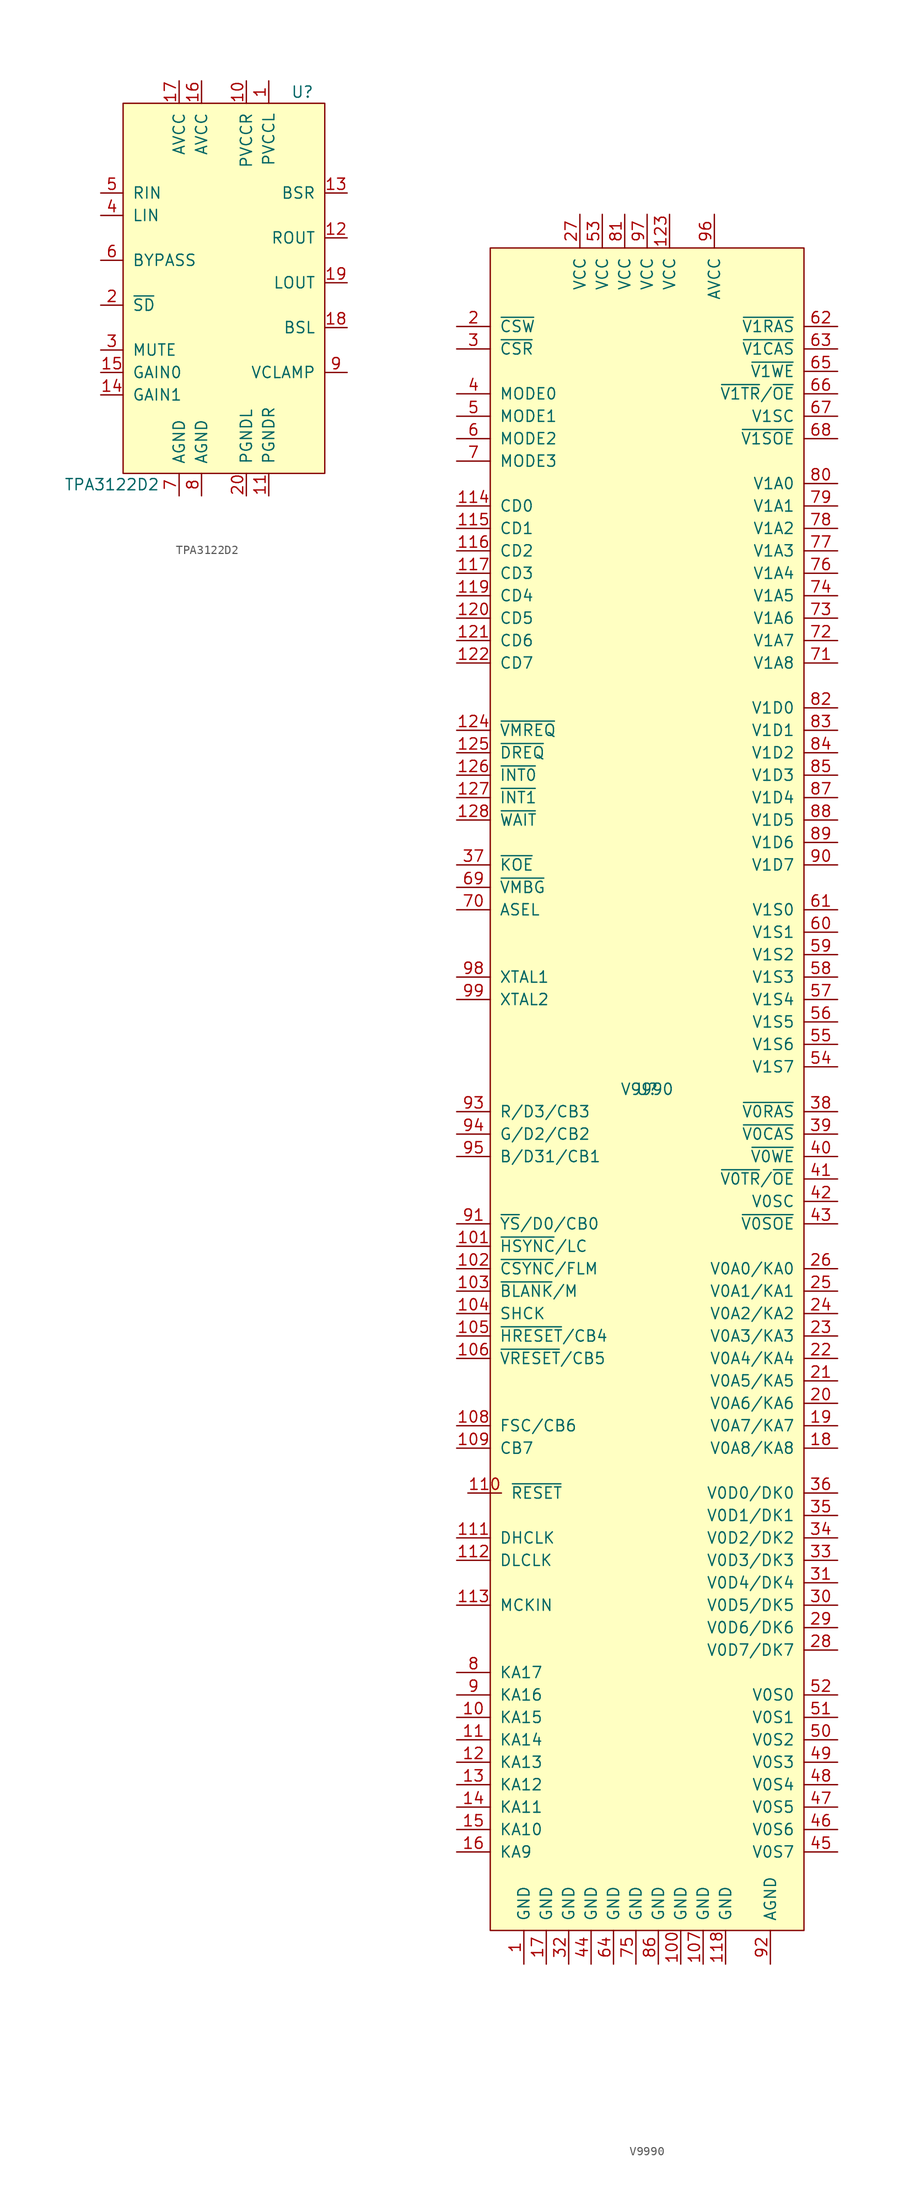
<source format=kicad_sym>
(kicad_symbol_lib
  (version 20220914)
  (generator kicad_symbol_editor)
  (symbol "TPA3122D2"
    (pin_names
      (offset 1.016))
    (property "Reference" "U"
      (at 8.89 22.86 0)
      (effects (font (size 1.27 1.27))))
    (property "Value" "TPA3122D2"
      (at -12.7 -21.59 0)
      (effects (font (size 1.27 1.27))))
    (symbol "TPA3122D2_0_1"
      (rectangle (start -11.43 21.59) (end 11.43 -20.32) (stroke (width 0) (type default)) (fill (type background))))
    (symbol "TPA3122D2_1_1"
      (pin power_in line (at 5.08 24.13 270) (length 2.54) (name "PVCCL" (effects (font (size 1.27 1.27)))) (number "1" (effects (font (size 1.27 1.27)))))
      (pin power_in line (at 2.54 24.13 270) (length 2.54) (name "PVCCR" (effects (font (size 1.27 1.27)))) (number "10" (effects (font (size 1.27 1.27)))))
      (pin power_in line (at 5.08 -22.86 90) (length 2.54) (name "PGNDR" (effects (font (size 1.27 1.27)))) (number "11" (effects (font (size 1.27 1.27)))))
      (pin output line (at 13.97 6.35 180) (length 2.54) (name "ROUT" (effects (font (size 1.27 1.27)))) (number "12" (effects (font (size 1.27 1.27)))))
      (pin passive line (at 13.97 11.43 180) (length 2.54) (name "BSR" (effects (font (size 1.27 1.27)))) (number "13" (effects (font (size 1.27 1.27)))))
      (pin input line (at -13.97 -11.43 0) (length 2.54) (name "GAIN1" (effects (font (size 1.27 1.27)))) (number "14" (effects (font (size 1.27 1.27)))))
      (pin input line (at -13.97 -8.89 0) (length 2.54) (name "GAIN0" (effects (font (size 1.27 1.27)))) (number "15" (effects (font (size 1.27 1.27)))))
      (pin power_in line (at -2.54 24.13 270) (length 2.54) (name "AVCC" (effects (font (size 1.27 1.27)))) (number "16" (effects (font (size 1.27 1.27)))))
      (pin power_in line (at -5.08 24.13 270) (length 2.54) (name "AVCC" (effects (font (size 1.27 1.27)))) (number "17" (effects (font (size 1.27 1.27)))))
      (pin passive line (at 13.97 -3.81 180) (length 2.54) (name "BSL" (effects (font (size 1.27 1.27)))) (number "18" (effects (font (size 1.27 1.27)))))
      (pin output line (at 13.97 1.27 180) (length 2.54) (name "LOUT" (effects (font (size 1.27 1.27)))) (number "19" (effects (font (size 1.27 1.27)))))
      (pin input line (at -13.97 -1.27 0) (length 2.54) (name "~{SD}" (effects (font (size 1.27 1.27)))) (number "2" (effects (font (size 1.27 1.27)))))
      (pin power_in line (at 2.54 -22.86 90) (length 2.54) (name "PGNDL" (effects (font (size 1.27 1.27)))) (number "20" (effects (font (size 1.27 1.27)))))
      (pin input line (at -13.97 -6.35 0) (length 2.54) (name "MUTE" (effects (font (size 1.27 1.27)))) (number "3" (effects (font (size 1.27 1.27)))))
      (pin input line (at -13.97 8.89 0) (length 2.54) (name "LIN" (effects (font (size 1.27 1.27)))) (number "4" (effects (font (size 1.27 1.27)))))
      (pin input line (at -13.97 11.43 0) (length 2.54) (name "RIN" (effects (font (size 1.27 1.27)))) (number "5" (effects (font (size 1.27 1.27)))))
      (pin passive line (at -13.97 3.81 0) (length 2.54) (name "BYPASS" (effects (font (size 1.27 1.27)))) (number "6" (effects (font (size 1.27 1.27)))))
      (pin power_in line (at -5.08 -22.86 90) (length 2.54) (name "AGND" (effects (font (size 1.27 1.27)))) (number "7" (effects (font (size 1.27 1.27)))))
      (pin power_in line (at -2.54 -22.86 90) (length 2.54) (name "AGND" (effects (font (size 1.27 1.27)))) (number "8" (effects (font (size 1.27 1.27)))))
      (pin input line (at 13.97 -8.89 180) (length 2.54) (name "VCLAMP" (effects (font (size 1.27 1.27)))) (number "9" (effects (font (size 1.27 1.27)))))))
  (symbol "V9990"
    (pin_names
      (offset 1.016))
    (property "Reference" "U"
      (at 0 0 0)
      (effects (font (size 1.27 1.27))))
    (property "Value" "V9990"
      (at 0 0 0)
      (effects (font (size 1.27 1.27))))
    (symbol "V9990_0_1"
      (rectangle (start 17.78 -95.25) (end -17.78 95.25) (stroke (width 0) (type default)) (fill (type background))))
    (symbol "V9990_1_1"
      (pin power_in line (at -13.97 -99.06 90) (length 3.81) (name "GND" (effects (font (size 1.27 1.27)))) (number "1" (effects (font (size 1.27 1.27)))))
      (pin output line (at -21.59 -71.12 0) (length 3.81) (name "KA15" (effects (font (size 1.27 1.27)))) (number "10" (effects (font (size 1.27 1.27)))))
      (pin power_in line (at 3.81 -99.06 90) (length 3.81) (name "GND" (effects (font (size 1.27 1.27)))) (number "100" (effects (font (size 1.27 1.27)))))
      (pin output line (at -21.59 -17.78 0) (length 3.81) (name "~{HSYNC}/LC" (effects (font (size 1.27 1.27)))) (number "101" (effects (font (size 1.27 1.27)))))
      (pin output line (at -21.59 -20.32 0) (length 3.81) (name "~{CSYNC}/FLM" (effects (font (size 1.27 1.27)))) (number "102" (effects (font (size 1.27 1.27)))))
      (pin output line (at -21.59 -22.86 0) (length 3.81) (name "~{BLANK}/M" (effects (font (size 1.27 1.27)))) (number "103" (effects (font (size 1.27 1.27)))))
      (pin output line (at -21.59 -25.4 0) (length 3.81) (name "SHCK" (effects (font (size 1.27 1.27)))) (number "104" (effects (font (size 1.27 1.27)))))
      (pin bidirectional line (at -21.59 -27.94 0) (length 3.81) (name "~{HRESET}/CB4" (effects (font (size 1.27 1.27)))) (number "105" (effects (font (size 1.27 1.27)))))
      (pin bidirectional line (at -21.59 -30.48 0) (length 3.81) (name "~{VRESET}/CB5" (effects (font (size 1.27 1.27)))) (number "106" (effects (font (size 1.27 1.27)))))
      (pin power_in line (at 6.35 -99.06 90) (length 3.81) (name "GND" (effects (font (size 1.27 1.27)))) (number "107" (effects (font (size 1.27 1.27)))))
      (pin output line (at -21.59 -38.1 0) (length 3.81) (name "FSC/CB6" (effects (font (size 1.27 1.27)))) (number "108" (effects (font (size 1.27 1.27)))))
      (pin output line (at -21.59 -40.64 0) (length 3.81) (name "CB7" (effects (font (size 1.27 1.27)))) (number "109" (effects (font (size 1.27 1.27)))))
      (pin output line (at -21.59 -73.66 0) (length 3.81) (name "KA14" (effects (font (size 1.27 1.27)))) (number "11" (effects (font (size 1.27 1.27)))))
      (pin input line (at -20.32 -45.72 0) (length 3.81) (name "~{RESET}" (effects (font (size 1.27 1.27)))) (number "110" (effects (font (size 1.27 1.27)))))
      (pin output line (at -21.59 -50.8 0) (length 3.81) (name "DHCLK" (effects (font (size 1.27 1.27)))) (number "111" (effects (font (size 1.27 1.27)))))
      (pin output line (at -21.59 -53.34 0) (length 3.81) (name "DLCLK" (effects (font (size 1.27 1.27)))) (number "112" (effects (font (size 1.27 1.27)))))
      (pin input line (at -21.59 -58.42 0) (length 3.81) (name "MCKIN" (effects (font (size 1.27 1.27)))) (number "113" (effects (font (size 1.27 1.27)))))
      (pin bidirectional line (at -21.59 66.04 0) (length 3.81) (name "CD0" (effects (font (size 1.27 1.27)))) (number "114" (effects (font (size 1.27 1.27)))))
      (pin bidirectional line (at -21.59 63.5 0) (length 3.81) (name "CD1" (effects (font (size 1.27 1.27)))) (number "115" (effects (font (size 1.27 1.27)))))
      (pin bidirectional line (at -21.59 60.96 0) (length 3.81) (name "CD2" (effects (font (size 1.27 1.27)))) (number "116" (effects (font (size 1.27 1.27)))))
      (pin bidirectional line (at -21.59 58.42 0) (length 3.81) (name "CD3" (effects (font (size 1.27 1.27)))) (number "117" (effects (font (size 1.27 1.27)))))
      (pin power_in line (at 8.89 -99.06 90) (length 3.81) (name "GND" (effects (font (size 1.27 1.27)))) (number "118" (effects (font (size 1.27 1.27)))))
      (pin bidirectional line (at -21.59 55.88 0) (length 3.81) (name "CD4" (effects (font (size 1.27 1.27)))) (number "119" (effects (font (size 1.27 1.27)))))
      (pin output line (at -21.59 -76.2 0) (length 3.81) (name "KA13" (effects (font (size 1.27 1.27)))) (number "12" (effects (font (size 1.27 1.27)))))
      (pin bidirectional line (at -21.59 53.34 0) (length 3.81) (name "CD5" (effects (font (size 1.27 1.27)))) (number "120" (effects (font (size 1.27 1.27)))))
      (pin bidirectional line (at -21.59 50.8 0) (length 3.81) (name "CD6" (effects (font (size 1.27 1.27)))) (number "121" (effects (font (size 1.27 1.27)))))
      (pin bidirectional line (at -21.59 48.26 0) (length 3.81) (name "CD7" (effects (font (size 1.27 1.27)))) (number "122" (effects (font (size 1.27 1.27)))))
      (pin power_in line (at 2.54 99.06 270) (length 3.81) (name "VCC" (effects (font (size 1.27 1.27)))) (number "123" (effects (font (size 1.27 1.27)))))
      (pin input line (at -21.59 40.64 0) (length 3.81) (name "~{VMREQ}" (effects (font (size 1.27 1.27)))) (number "124" (effects (font (size 1.27 1.27)))))
      (pin output line (at -21.59 38.1 0) (length 3.81) (name "~{DREQ}" (effects (font (size 1.27 1.27)))) (number "125" (effects (font (size 1.27 1.27)))))
      (pin open_collector line (at -21.59 35.56 0) (length 3.81) (name "~{INT0}" (effects (font (size 1.27 1.27)))) (number "126" (effects (font (size 1.27 1.27)))))
      (pin open_collector line (at -21.59 33.02 0) (length 3.81) (name "~{INT1}" (effects (font (size 1.27 1.27)))) (number "127" (effects (font (size 1.27 1.27)))))
      (pin output line (at -21.59 30.48 0) (length 3.81) (name "~{WAIT}" (effects (font (size 1.27 1.27)))) (number "128" (effects (font (size 1.27 1.27)))))
      (pin output line (at -21.59 -78.74 0) (length 3.81) (name "KA12" (effects (font (size 1.27 1.27)))) (number "13" (effects (font (size 1.27 1.27)))))
      (pin output line (at -21.59 -81.28 0) (length 3.81) (name "KA11" (effects (font (size 1.27 1.27)))) (number "14" (effects (font (size 1.27 1.27)))))
      (pin output line (at -21.59 -83.82 0) (length 3.81) (name "KA10" (effects (font (size 1.27 1.27)))) (number "15" (effects (font (size 1.27 1.27)))))
      (pin output line (at -21.59 -86.36 0) (length 3.81) (name "KA9" (effects (font (size 1.27 1.27)))) (number "16" (effects (font (size 1.27 1.27)))))
      (pin power_in line (at -11.43 -99.06 90) (length 3.81) (name "GND" (effects (font (size 1.27 1.27)))) (number "17" (effects (font (size 1.27 1.27)))))
      (pin output line (at 21.59 -40.64 180) (length 3.81) (name "V0A8/KA8" (effects (font (size 1.27 1.27)))) (number "18" (effects (font (size 1.27 1.27)))))
      (pin output line (at 21.59 -38.1 180) (length 3.81) (name "V0A7/KA7" (effects (font (size 1.27 1.27)))) (number "19" (effects (font (size 1.27 1.27)))))
      (pin input line (at -21.59 86.36 0) (length 3.81) (name "~{CSW}" (effects (font (size 1.27 1.27)))) (number "2" (effects (font (size 1.27 1.27)))))
      (pin output line (at 21.59 -35.56 180) (length 3.81) (name "V0A6/KA6" (effects (font (size 1.27 1.27)))) (number "20" (effects (font (size 1.27 1.27)))))
      (pin output line (at 21.59 -33.02 180) (length 3.81) (name "V0A5/KA5" (effects (font (size 1.27 1.27)))) (number "21" (effects (font (size 1.27 1.27)))))
      (pin output line (at 21.59 -30.48 180) (length 3.81) (name "V0A4/KA4" (effects (font (size 1.27 1.27)))) (number "22" (effects (font (size 1.27 1.27)))))
      (pin output line (at 21.59 -27.94 180) (length 3.81) (name "V0A3/KA3" (effects (font (size 1.27 1.27)))) (number "23" (effects (font (size 1.27 1.27)))))
      (pin output line (at 21.59 -25.4 180) (length 3.81) (name "V0A2/KA2" (effects (font (size 1.27 1.27)))) (number "24" (effects (font (size 1.27 1.27)))))
      (pin output line (at 21.59 -22.86 180) (length 3.81) (name "V0A1/KA1" (effects (font (size 1.27 1.27)))) (number "25" (effects (font (size 1.27 1.27)))))
      (pin output line (at 21.59 -20.32 180) (length 3.81) (name "V0A0/KA0" (effects (font (size 1.27 1.27)))) (number "26" (effects (font (size 1.27 1.27)))))
      (pin power_in line (at -7.62 99.06 270) (length 3.81) (name "VCC" (effects (font (size 1.27 1.27)))) (number "27" (effects (font (size 1.27 1.27)))))
      (pin bidirectional line (at 21.59 -63.5 180) (length 3.81) (name "V0D7/DK7" (effects (font (size 1.27 1.27)))) (number "28" (effects (font (size 1.27 1.27)))))
      (pin bidirectional line (at 21.59 -60.96 180) (length 3.81) (name "V0D6/DK6" (effects (font (size 1.27 1.27)))) (number "29" (effects (font (size 1.27 1.27)))))
      (pin input line (at -21.59 83.82 0) (length 3.81) (name "~{CSR}" (effects (font (size 1.27 1.27)))) (number "3" (effects (font (size 1.27 1.27)))))
      (pin bidirectional line (at 21.59 -58.42 180) (length 3.81) (name "V0D5/DK5" (effects (font (size 1.27 1.27)))) (number "30" (effects (font (size 1.27 1.27)))))
      (pin bidirectional line (at 21.59 -55.88 180) (length 3.81) (name "V0D4/DK4" (effects (font (size 1.27 1.27)))) (number "31" (effects (font (size 1.27 1.27)))))
      (pin power_in line (at -8.89 -99.06 90) (length 3.81) (name "GND" (effects (font (size 1.27 1.27)))) (number "32" (effects (font (size 1.27 1.27)))))
      (pin bidirectional line (at 21.59 -53.34 180) (length 3.81) (name "V0D3/DK3" (effects (font (size 1.27 1.27)))) (number "33" (effects (font (size 1.27 1.27)))))
      (pin bidirectional line (at 21.59 -50.8 180) (length 3.81) (name "V0D2/DK2" (effects (font (size 1.27 1.27)))) (number "34" (effects (font (size 1.27 1.27)))))
      (pin bidirectional line (at 21.59 -48.26 180) (length 3.81) (name "V0D1/DK1" (effects (font (size 1.27 1.27)))) (number "35" (effects (font (size 1.27 1.27)))))
      (pin bidirectional line (at 21.59 -45.72 180) (length 3.81) (name "V0D0/DK0" (effects (font (size 1.27 1.27)))) (number "36" (effects (font (size 1.27 1.27)))))
      (pin output line (at -21.59 25.4 0) (length 3.81) (name "~{KOE}" (effects (font (size 1.27 1.27)))) (number "37" (effects (font (size 1.27 1.27)))))
      (pin output line (at 21.59 -2.54 180) (length 3.81) (name "~{V0RAS}" (effects (font (size 1.27 1.27)))) (number "38" (effects (font (size 1.27 1.27)))))
      (pin output line (at 21.59 -5.08 180) (length 3.81) (name "~{V0CAS}" (effects (font (size 1.27 1.27)))) (number "39" (effects (font (size 1.27 1.27)))))
      (pin input line (at -21.59 78.74 0) (length 3.81) (name "MODE0" (effects (font (size 1.27 1.27)))) (number "4" (effects (font (size 1.27 1.27)))))
      (pin output line (at 21.59 -7.62 180) (length 3.81) (name "~{V0WE}" (effects (font (size 1.27 1.27)))) (number "40" (effects (font (size 1.27 1.27)))))
      (pin output line (at 21.59 -10.16 180) (length 3.81) (name "~{V0TR}/~{OE}" (effects (font (size 1.27 1.27)))) (number "41" (effects (font (size 1.27 1.27)))))
      (pin output line (at 21.59 -12.7 180) (length 3.81) (name "V0SC" (effects (font (size 1.27 1.27)))) (number "42" (effects (font (size 1.27 1.27)))))
      (pin output line (at 21.59 -15.24 180) (length 3.81) (name "~{V0SOE}" (effects (font (size 1.27 1.27)))) (number "43" (effects (font (size 1.27 1.27)))))
      (pin power_in line (at -6.35 -99.06 90) (length 3.81) (name "GND" (effects (font (size 1.27 1.27)))) (number "44" (effects (font (size 1.27 1.27)))))
      (pin input line (at 21.59 -86.36 180) (length 3.81) (name "V0S7" (effects (font (size 1.27 1.27)))) (number "45" (effects (font (size 1.27 1.27)))))
      (pin input line (at 21.59 -83.82 180) (length 3.81) (name "V0S6" (effects (font (size 1.27 1.27)))) (number "46" (effects (font (size 1.27 1.27)))))
      (pin input line (at 21.59 -81.28 180) (length 3.81) (name "V0S5" (effects (font (size 1.27 1.27)))) (number "47" (effects (font (size 1.27 1.27)))))
      (pin input line (at 21.59 -78.74 180) (length 3.81) (name "V0S4" (effects (font (size 1.27 1.27)))) (number "48" (effects (font (size 1.27 1.27)))))
      (pin input line (at 21.59 -76.2 180) (length 3.81) (name "V0S3" (effects (font (size 1.27 1.27)))) (number "49" (effects (font (size 1.27 1.27)))))
      (pin input line (at -21.59 76.2 0) (length 3.81) (name "MODE1" (effects (font (size 1.27 1.27)))) (number "5" (effects (font (size 1.27 1.27)))))
      (pin input line (at 21.59 -73.66 180) (length 3.81) (name "V0S2" (effects (font (size 1.27 1.27)))) (number "50" (effects (font (size 1.27 1.27)))))
      (pin input line (at 21.59 -71.12 180) (length 3.81) (name "V0S1" (effects (font (size 1.27 1.27)))) (number "51" (effects (font (size 1.27 1.27)))))
      (pin input line (at 21.59 -68.58 180) (length 3.81) (name "V0S0" (effects (font (size 1.27 1.27)))) (number "52" (effects (font (size 1.27 1.27)))))
      (pin power_in line (at -5.08 99.06 270) (length 3.81) (name "VCC" (effects (font (size 1.27 1.27)))) (number "53" (effects (font (size 1.27 1.27)))))
      (pin input line (at 21.59 2.54 180) (length 3.81) (name "V1S7" (effects (font (size 1.27 1.27)))) (number "54" (effects (font (size 1.27 1.27)))))
      (pin input line (at 21.59 5.08 180) (length 3.81) (name "V1S6" (effects (font (size 1.27 1.27)))) (number "55" (effects (font (size 1.27 1.27)))))
      (pin input line (at 21.59 7.62 180) (length 3.81) (name "V1S5" (effects (font (size 1.27 1.27)))) (number "56" (effects (font (size 1.27 1.27)))))
      (pin input line (at 21.59 10.16 180) (length 3.81) (name "V1S4" (effects (font (size 1.27 1.27)))) (number "57" (effects (font (size 1.27 1.27)))))
      (pin input line (at 21.59 12.7 180) (length 3.81) (name "V1S3" (effects (font (size 1.27 1.27)))) (number "58" (effects (font (size 1.27 1.27)))))
      (pin input line (at 21.59 15.24 180) (length 3.81) (name "V1S2" (effects (font (size 1.27 1.27)))) (number "59" (effects (font (size 1.27 1.27)))))
      (pin input line (at -21.59 73.66 0) (length 3.81) (name "MODE2" (effects (font (size 1.27 1.27)))) (number "6" (effects (font (size 1.27 1.27)))))
      (pin input line (at 21.59 17.78 180) (length 3.81) (name "V1S1" (effects (font (size 1.27 1.27)))) (number "60" (effects (font (size 1.27 1.27)))))
      (pin input line (at 21.59 20.32 180) (length 3.81) (name "V1S0" (effects (font (size 1.27 1.27)))) (number "61" (effects (font (size 1.27 1.27)))))
      (pin output line (at 21.59 86.36 180) (length 3.81) (name "~{V1RAS}" (effects (font (size 1.27 1.27)))) (number "62" (effects (font (size 1.27 1.27)))))
      (pin output line (at 21.59 83.82 180) (length 3.81) (name "~{V1CAS}" (effects (font (size 1.27 1.27)))) (number "63" (effects (font (size 1.27 1.27)))))
      (pin power_in line (at -3.81 -99.06 90) (length 3.81) (name "GND" (effects (font (size 1.27 1.27)))) (number "64" (effects (font (size 1.27 1.27)))))
      (pin output line (at 21.59 81.28 180) (length 3.81) (name "~{V1WE}" (effects (font (size 1.27 1.27)))) (number "65" (effects (font (size 1.27 1.27)))))
      (pin output line (at 21.59 78.74 180) (length 3.81) (name "~{V1TR}/~{OE}" (effects (font (size 1.27 1.27)))) (number "66" (effects (font (size 1.27 1.27)))))
      (pin output line (at 21.59 76.2 180) (length 3.81) (name "V1SC" (effects (font (size 1.27 1.27)))) (number "67" (effects (font (size 1.27 1.27)))))
      (pin output line (at 21.59 73.66 180) (length 3.81) (name "~{V1SOE}" (effects (font (size 1.27 1.27)))) (number "68" (effects (font (size 1.27 1.27)))))
      (pin output line (at -21.59 22.86 0) (length 3.81) (name "~{VMBG}" (effects (font (size 1.27 1.27)))) (number "69" (effects (font (size 1.27 1.27)))))
      (pin input line (at -21.59 71.12 0) (length 3.81) (name "MODE3" (effects (font (size 1.27 1.27)))) (number "7" (effects (font (size 1.27 1.27)))))
      (pin output line (at -21.59 20.32 0) (length 3.81) (name "ASEL" (effects (font (size 1.27 1.27)))) (number "70" (effects (font (size 1.27 1.27)))))
      (pin output line (at 21.59 48.26 180) (length 3.81) (name "V1A8" (effects (font (size 1.27 1.27)))) (number "71" (effects (font (size 1.27 1.27)))))
      (pin output line (at 21.59 50.8 180) (length 3.81) (name "V1A7" (effects (font (size 1.27 1.27)))) (number "72" (effects (font (size 1.27 1.27)))))
      (pin output line (at 21.59 53.34 180) (length 3.81) (name "V1A6" (effects (font (size 1.27 1.27)))) (number "73" (effects (font (size 1.27 1.27)))))
      (pin output line (at 21.59 55.88 180) (length 3.81) (name "V1A5" (effects (font (size 1.27 1.27)))) (number "74" (effects (font (size 1.27 1.27)))))
      (pin power_in line (at -1.27 -99.06 90) (length 3.81) (name "GND" (effects (font (size 1.27 1.27)))) (number "75" (effects (font (size 1.27 1.27)))))
      (pin output line (at 21.59 58.42 180) (length 3.81) (name "V1A4" (effects (font (size 1.27 1.27)))) (number "76" (effects (font (size 1.27 1.27)))))
      (pin output line (at 21.59 60.96 180) (length 3.81) (name "V1A3" (effects (font (size 1.27 1.27)))) (number "77" (effects (font (size 1.27 1.27)))))
      (pin output line (at 21.59 63.5 180) (length 3.81) (name "V1A2" (effects (font (size 1.27 1.27)))) (number "78" (effects (font (size 1.27 1.27)))))
      (pin output line (at 21.59 66.04 180) (length 3.81) (name "V1A1" (effects (font (size 1.27 1.27)))) (number "79" (effects (font (size 1.27 1.27)))))
      (pin output line (at -21.59 -66.04 0) (length 3.81) (name "KA17" (effects (font (size 1.27 1.27)))) (number "8" (effects (font (size 1.27 1.27)))))
      (pin output line (at 21.59 68.58 180) (length 3.81) (name "V1A0" (effects (font (size 1.27 1.27)))) (number "80" (effects (font (size 1.27 1.27)))))
      (pin power_in line (at -2.54 99.06 270) (length 3.81) (name "VCC" (effects (font (size 1.27 1.27)))) (number "81" (effects (font (size 1.27 1.27)))))
      (pin bidirectional line (at 21.59 43.18 180) (length 3.81) (name "V1D0" (effects (font (size 1.27 1.27)))) (number "82" (effects (font (size 1.27 1.27)))))
      (pin bidirectional line (at 21.59 40.64 180) (length 3.81) (name "V1D1" (effects (font (size 1.27 1.27)))) (number "83" (effects (font (size 1.27 1.27)))))
      (pin bidirectional line (at 21.59 38.1 180) (length 3.81) (name "V1D2" (effects (font (size 1.27 1.27)))) (number "84" (effects (font (size 1.27 1.27)))))
      (pin bidirectional line (at 21.59 35.56 180) (length 3.81) (name "V1D3" (effects (font (size 1.27 1.27)))) (number "85" (effects (font (size 1.27 1.27)))))
      (pin power_in line (at 1.27 -99.06 90) (length 3.81) (name "GND" (effects (font (size 1.27 1.27)))) (number "86" (effects (font (size 1.27 1.27)))))
      (pin bidirectional line (at 21.59 33.02 180) (length 3.81) (name "V1D4" (effects (font (size 1.27 1.27)))) (number "87" (effects (font (size 1.27 1.27)))))
      (pin bidirectional line (at 21.59 30.48 180) (length 3.81) (name "V1D5" (effects (font (size 1.27 1.27)))) (number "88" (effects (font (size 1.27 1.27)))))
      (pin bidirectional line (at 21.59 27.94 180) (length 3.81) (name "V1D6" (effects (font (size 1.27 1.27)))) (number "89" (effects (font (size 1.27 1.27)))))
      (pin output line (at -21.59 -68.58 0) (length 3.81) (name "KA16" (effects (font (size 1.27 1.27)))) (number "9" (effects (font (size 1.27 1.27)))))
      (pin bidirectional line (at 21.59 25.4 180) (length 3.81) (name "V1D7" (effects (font (size 1.27 1.27)))) (number "90" (effects (font (size 1.27 1.27)))))
      (pin output line (at -21.59 -15.24 0) (length 3.81) (name "~{YS}/D0/CB0" (effects (font (size 1.27 1.27)))) (number "91" (effects (font (size 1.27 1.27)))))
      (pin power_in line (at 13.97 -99.06 90) (length 3.81) (name "AGND" (effects (font (size 1.27 1.27)))) (number "92" (effects (font (size 1.27 1.27)))))
      (pin output line (at -21.59 -2.54 0) (length 3.81) (name "R/D3/CB3" (effects (font (size 1.27 1.27)))) (number "93" (effects (font (size 1.27 1.27)))))
      (pin output line (at -21.59 -5.08 0) (length 3.81) (name "G/D2/CB2" (effects (font (size 1.27 1.27)))) (number "94" (effects (font (size 1.27 1.27)))))
      (pin output line (at -21.59 -7.62 0) (length 3.81) (name "B/D31/CB1" (effects (font (size 1.27 1.27)))) (number "95" (effects (font (size 1.27 1.27)))))
      (pin power_in line (at 7.62 99.06 270) (length 3.81) (name "AVCC" (effects (font (size 1.27 1.27)))) (number "96" (effects (font (size 1.27 1.27)))))
      (pin power_in line (at 0 99.06 270) (length 3.81) (name "VCC" (effects (font (size 1.27 1.27)))) (number "97" (effects (font (size 1.27 1.27)))))
      (pin input line (at -21.59 12.7 0) (length 3.81) (name "XTAL1" (effects (font (size 1.27 1.27)))) (number "98" (effects (font (size 1.27 1.27)))))
      (pin output line (at -21.59 10.16 0) (length 3.81) (name "XTAL2" (effects (font (size 1.27 1.27)))) (number "99" (effects (font (size 1.27 1.27))))))))
</source>
